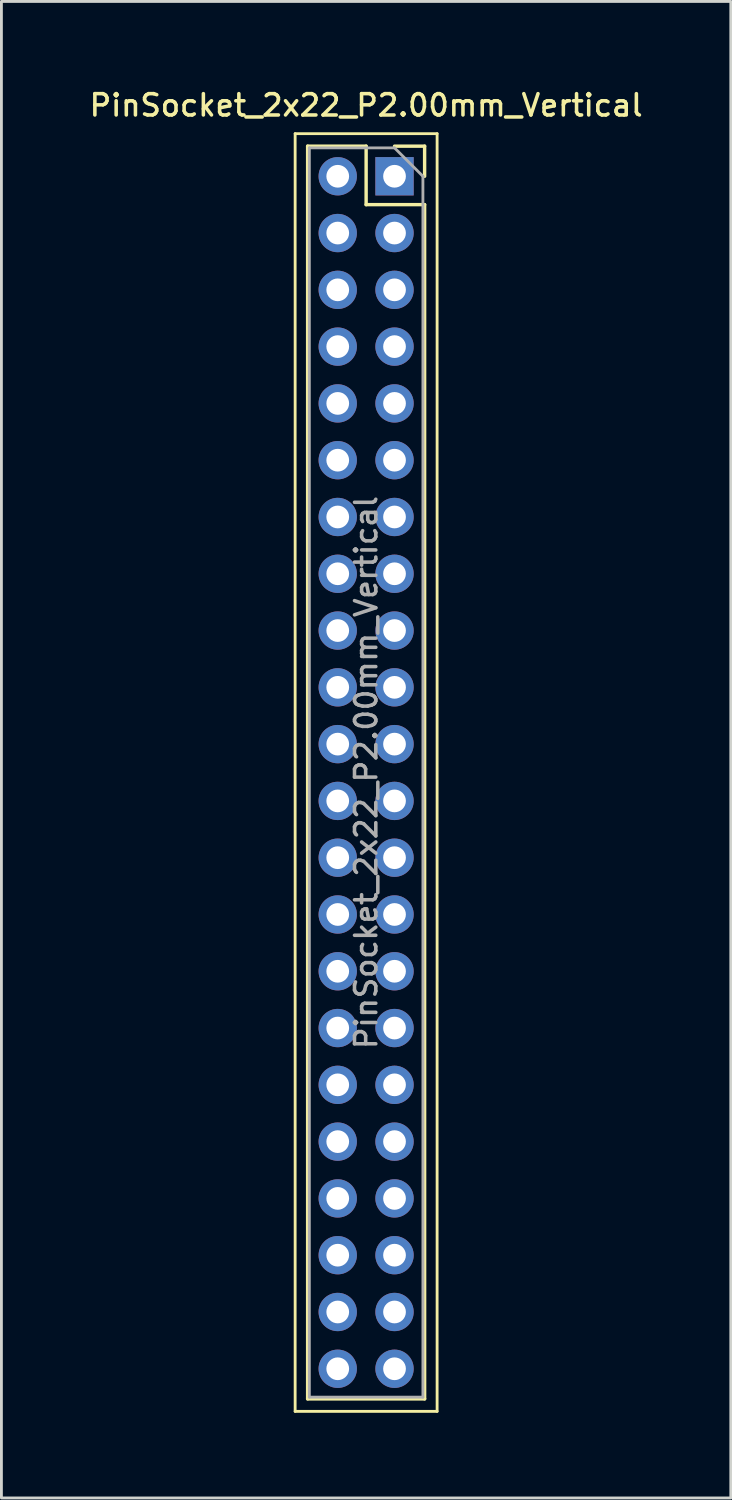
<source format=kicad_pcb>
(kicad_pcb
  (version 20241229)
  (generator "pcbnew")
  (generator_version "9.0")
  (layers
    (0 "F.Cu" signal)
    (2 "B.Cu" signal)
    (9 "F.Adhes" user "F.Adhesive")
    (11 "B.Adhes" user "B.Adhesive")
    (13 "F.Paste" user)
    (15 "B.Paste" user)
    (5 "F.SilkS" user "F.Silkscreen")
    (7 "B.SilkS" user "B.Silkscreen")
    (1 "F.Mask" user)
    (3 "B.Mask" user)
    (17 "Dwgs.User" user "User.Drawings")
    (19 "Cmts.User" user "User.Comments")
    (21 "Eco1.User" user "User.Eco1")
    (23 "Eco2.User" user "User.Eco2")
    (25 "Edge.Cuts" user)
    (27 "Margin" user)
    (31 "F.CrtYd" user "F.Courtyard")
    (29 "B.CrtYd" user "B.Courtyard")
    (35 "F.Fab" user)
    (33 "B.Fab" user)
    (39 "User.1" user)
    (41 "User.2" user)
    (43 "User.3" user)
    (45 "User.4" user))
  (footprint "PinSocket_2x22_P2.00mm_Vertical"
    (layer "F.Cu")
    (at 10.845 3.158)
    (property "Reference" "PinSocket_2x22_P2.00mm_Vertical" (at -1 -2.5 0) (layer "F.SilkS") (effects (font (size 0.75 0.75) (thickness 0.125))))
    (attr through_hole)
    (fp_line (start -3.5 -1.5) (end 1.5 -1.5) (stroke (width 0.1) (type solid)) (layer "F.SilkS"))
    (fp_line (start -3.5 43.5) (end -3.5 -1.5) (stroke (width 0.1) (type solid)) (layer "F.SilkS"))
    (fp_line (start -3.06 -1.06) (end -3.06 43.06) (stroke (width 0.12) (type solid)) (layer "F.SilkS"))
    (fp_line (start -3.06 -1.06) (end -1 -1.06) (stroke (width 0.12) (type solid)) (layer "F.SilkS"))
    (fp_line (start -3.06 43.06) (end 1.06 43.06) (stroke (width 0.12) (type solid)) (layer "F.SilkS"))
    (fp_line (start -1 -1.06) (end -1 1) (stroke (width 0.12) (type solid)) (layer "F.SilkS"))
    (fp_line (start -1 1) (end 1.06 1) (stroke (width 0.12) (type solid)) (layer "F.SilkS"))
    (fp_line (start 0 -1.06) (end 1.06 -1.06) (stroke (width 0.12) (type solid)) (layer "F.SilkS"))
    (fp_line (start 1.06 -1.06) (end 1.06 0) (stroke (width 0.12) (type solid)) (layer "F.SilkS"))
    (fp_line (start 1.06 1) (end 1.06 43.06) (stroke (width 0.12) (type solid)) (layer "F.SilkS"))
    (fp_line (start 1.5 -1.5) (end 1.5 43.5) (stroke (width 0.1) (type solid)) (layer "F.SilkS"))
    (fp_line (start 1.5 43.5) (end -3.5 43.5) (stroke (width 0.1) (type solid)) (layer "F.SilkS"))
    (fp_line (start -3 -1) (end 0 -1) (stroke (width 0.1) (type solid)) (layer "F.Fab"))
    (fp_line (start -3 43) (end -3 -1) (stroke (width 0.1) (type solid)) (layer "F.Fab"))
    (fp_line (start 0 -1) (end 1 0) (stroke (width 0.1) (type solid)) (layer "F.Fab"))
    (fp_line (start 1 0) (end 1 43) (stroke (width 0.1) (type solid)) (layer "F.Fab"))
    (fp_line (start 1 43) (end -3 43) (stroke (width 0.1) (type solid)) (layer "F.Fab"))
    (fp_text user "${REFERENCE}" (at -1 21 90) (layer "F.Fab") (effects (font (size 0.75 0.75) (thickness 0.125))))
    (pad "1" thru_hole rect (at 0 0) (size 1.35 1.35) (drill 0.8) (layers "*.Cu" "*.Mask"))
    (pad "2" thru_hole oval (at -2 0) (size 1.35 1.35) (drill 0.8) (layers "*.Cu" "*.Mask"))
    (pad "3" thru_hole oval (at 0 2) (size 1.35 1.35) (drill 0.8) (layers "*.Cu" "*.Mask"))
    (pad "4" thru_hole oval (at -2 2) (size 1.35 1.35) (drill 0.8) (layers "*.Cu" "*.Mask"))
    (pad "5" thru_hole oval (at 0 4) (size 1.35 1.35) (drill 0.8) (layers "*.Cu" "*.Mask"))
    (pad "6" thru_hole oval (at -2 4) (size 1.35 1.35) (drill 0.8) (layers "*.Cu" "*.Mask"))
    (pad "7" thru_hole oval (at 0 6) (size 1.35 1.35) (drill 0.8) (layers "*.Cu" "*.Mask"))
    (pad "8" thru_hole oval (at -2 6) (size 1.35 1.35) (drill 0.8) (layers "*.Cu" "*.Mask"))
    (pad "9" thru_hole oval (at 0 8) (size 1.35 1.35) (drill 0.8) (layers "*.Cu" "*.Mask"))
    (pad "10" thru_hole oval (at -2 8) (size 1.35 1.35) (drill 0.8) (layers "*.Cu" "*.Mask"))
    (pad "11" thru_hole oval (at 0 10) (size 1.35 1.35) (drill 0.8) (layers "*.Cu" "*.Mask"))
    (pad "12" thru_hole oval (at -2 10) (size 1.35 1.35) (drill 0.8) (layers "*.Cu" "*.Mask"))
    (pad "13" thru_hole oval (at 0 12) (size 1.35 1.35) (drill 0.8) (layers "*.Cu" "*.Mask"))
    (pad "14" thru_hole oval (at -2 12) (size 1.35 1.35) (drill 0.8) (layers "*.Cu" "*.Mask"))
    (pad "15" thru_hole oval (at 0 14) (size 1.35 1.35) (drill 0.8) (layers "*.Cu" "*.Mask"))
    (pad "16" thru_hole oval (at -2 14) (size 1.35 1.35) (drill 0.8) (layers "*.Cu" "*.Mask"))
    (pad "17" thru_hole oval (at 0 16) (size 1.35 1.35) (drill 0.8) (layers "*.Cu" "*.Mask"))
    (pad "18" thru_hole oval (at -2 16) (size 1.35 1.35) (drill 0.8) (layers "*.Cu" "*.Mask"))
    (pad "19" thru_hole oval (at 0 18) (size 1.35 1.35) (drill 0.8) (layers "*.Cu" "*.Mask"))
    (pad "20" thru_hole oval (at -2 18) (size 1.35 1.35) (drill 0.8) (layers "*.Cu" "*.Mask"))
    (pad "21" thru_hole oval (at 0 20) (size 1.35 1.35) (drill 0.8) (layers "*.Cu" "*.Mask"))
    (pad "22" thru_hole oval (at -2 20) (size 1.35 1.35) (drill 0.8) (layers "*.Cu" "*.Mask"))
    (pad "23" thru_hole oval (at 0 22) (size 1.35 1.35) (drill 0.8) (layers "*.Cu" "*.Mask"))
    (pad "24" thru_hole oval (at -2 22) (size 1.35 1.35) (drill 0.8) (layers "*.Cu" "*.Mask"))
    (pad "25" thru_hole oval (at 0 24) (size 1.35 1.35) (drill 0.8) (layers "*.Cu" "*.Mask"))
    (pad "26" thru_hole oval (at -2 24) (size 1.35 1.35) (drill 0.8) (layers "*.Cu" "*.Mask"))
    (pad "27" thru_hole oval (at 0 26) (size 1.35 1.35) (drill 0.8) (layers "*.Cu" "*.Mask"))
    (pad "28" thru_hole oval (at -2 26) (size 1.35 1.35) (drill 0.8) (layers "*.Cu" "*.Mask"))
    (pad "29" thru_hole oval (at 0 28) (size 1.35 1.35) (drill 0.8) (layers "*.Cu" "*.Mask"))
    (pad "30" thru_hole oval (at -2 28) (size 1.35 1.35) (drill 0.8) (layers "*.Cu" "*.Mask"))
    (pad "31" thru_hole oval (at 0 30) (size 1.35 1.35) (drill 0.8) (layers "*.Cu" "*.Mask"))
    (pad "32" thru_hole oval (at -2 30) (size 1.35 1.35) (drill 0.8) (layers "*.Cu" "*.Mask"))
    (pad "33" thru_hole oval (at 0 32) (size 1.35 1.35) (drill 0.8) (layers "*.Cu" "*.Mask"))
    (pad "34" thru_hole oval (at -2 32) (size 1.35 1.35) (drill 0.8) (layers "*.Cu" "*.Mask"))
    (pad "35" thru_hole oval (at 0 34) (size 1.35 1.35) (drill 0.8) (layers "*.Cu" "*.Mask"))
    (pad "36" thru_hole oval (at -2 34) (size 1.35 1.35) (drill 0.8) (layers "*.Cu" "*.Mask"))
    (pad "37" thru_hole oval (at 0 36) (size 1.35 1.35) (drill 0.8) (layers "*.Cu" "*.Mask"))
    (pad "38" thru_hole oval (at -2 36) (size 1.35 1.35) (drill 0.8) (layers "*.Cu" "*.Mask"))
    (pad "39" thru_hole oval (at 0 38) (size 1.35 1.35) (drill 0.8) (layers "*.Cu" "*.Mask"))
    (pad "40" thru_hole oval (at -2 38) (size 1.35 1.35) (drill 0.8) (layers "*.Cu" "*.Mask"))
    (pad "41" thru_hole oval (at 0 40) (size 1.35 1.35) (drill 0.8) (layers "*.Cu" "*.Mask"))
    (pad "42" thru_hole oval (at -2 40) (size 1.35 1.35) (drill 0.8) (layers "*.Cu" "*.Mask"))
    (pad "43" thru_hole oval (at 0 42) (size 1.35 1.35) (drill 0.8) (layers "*.Cu" "*.Mask"))
    (pad "44" thru_hole oval (at -2 42) (size 1.35 1.35) (drill 0.8) (layers "*.Cu" "*.Mask")))
  (gr_rect
    (start -3 -3)
    (end 22.689 49.708)
    (stroke (width 0.1) (type default))
    (fill no)
    (layer "Edge.Cuts")))
</source>
